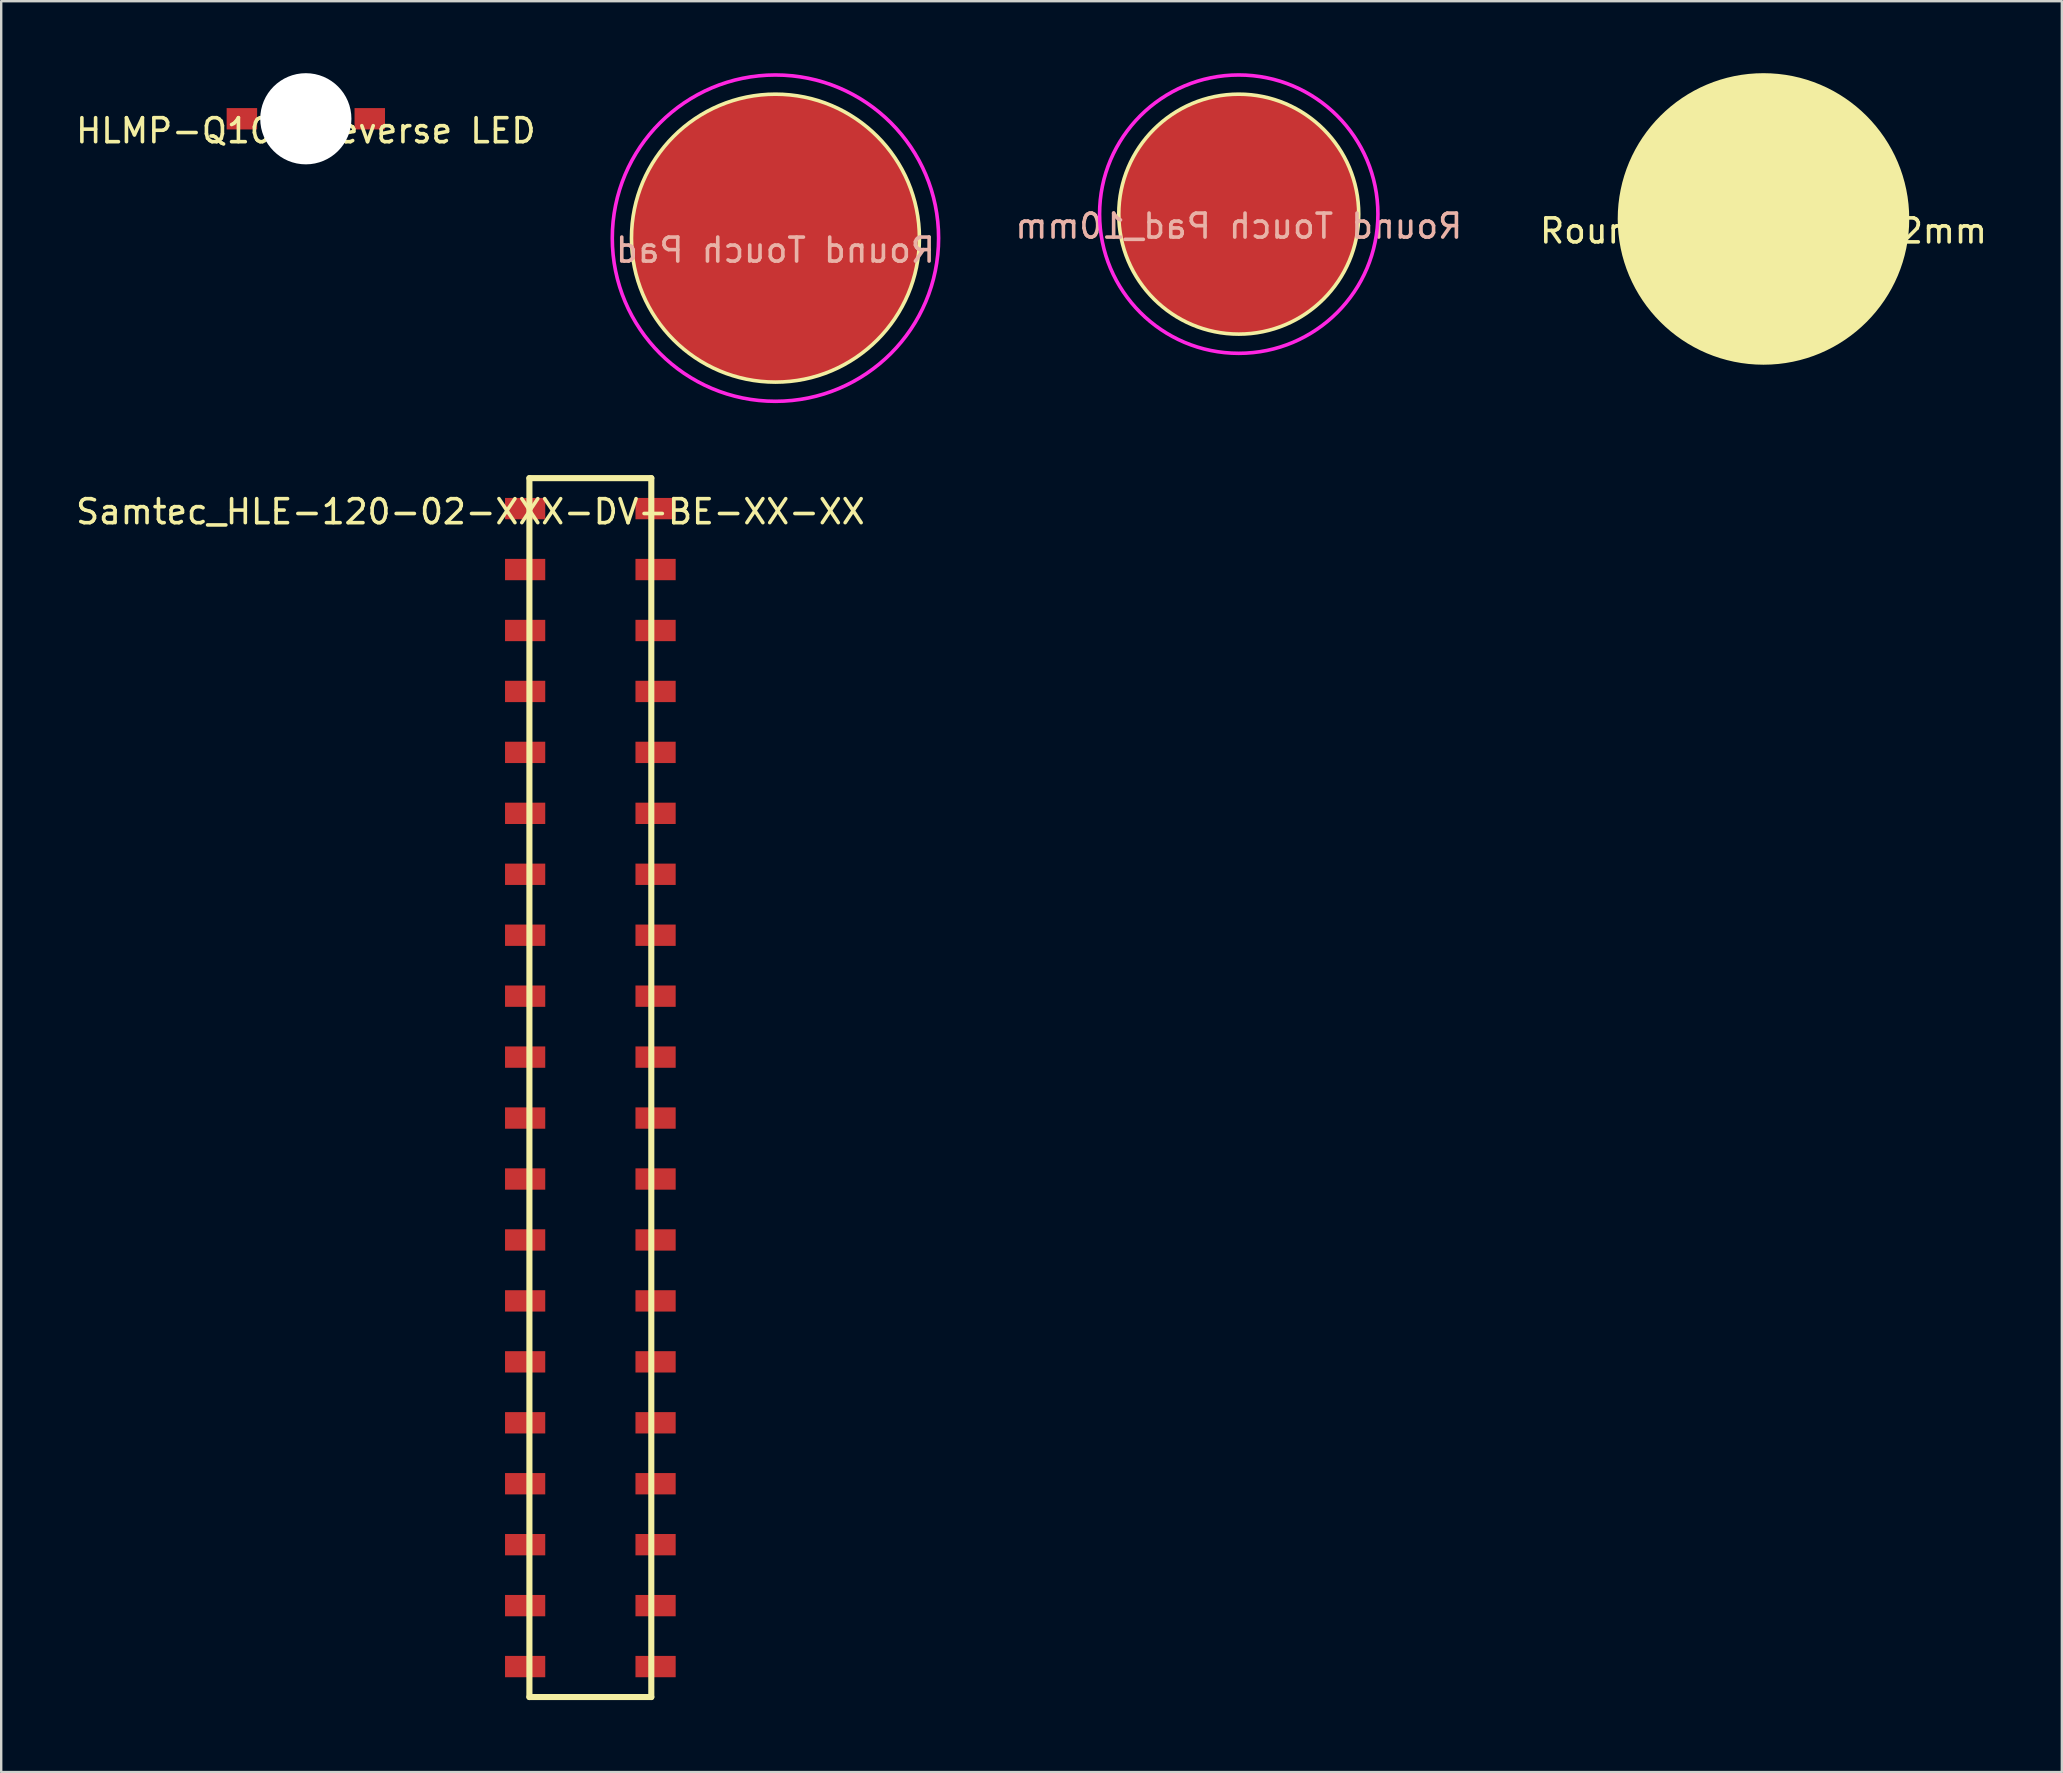
<source format=kicad_pcb>
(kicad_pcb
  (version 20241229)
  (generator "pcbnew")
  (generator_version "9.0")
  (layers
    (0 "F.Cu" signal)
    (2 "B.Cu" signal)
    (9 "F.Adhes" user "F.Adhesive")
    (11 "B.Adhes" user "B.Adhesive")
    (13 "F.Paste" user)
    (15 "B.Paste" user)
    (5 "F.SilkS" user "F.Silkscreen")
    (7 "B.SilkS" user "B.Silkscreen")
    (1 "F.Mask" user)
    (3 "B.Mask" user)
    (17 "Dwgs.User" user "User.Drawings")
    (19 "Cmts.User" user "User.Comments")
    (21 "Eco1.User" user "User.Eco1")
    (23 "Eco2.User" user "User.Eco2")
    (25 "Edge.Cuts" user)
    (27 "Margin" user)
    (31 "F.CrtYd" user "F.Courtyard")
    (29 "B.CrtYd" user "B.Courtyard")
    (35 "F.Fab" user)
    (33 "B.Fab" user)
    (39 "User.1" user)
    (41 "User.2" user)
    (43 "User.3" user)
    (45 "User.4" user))
  (footprint "Round Touch Pad_12mm"
    (layer "F.Cu")
    (at 70.446 6.075)
    (property "Reference" "Round Touch Pad_12mm" (at 0 0.5 0) (layer "F.SilkS") (effects (font (size 1 1) (thickness 0.15))))
    (attr through_hole)
    (fp_circle (center 0 0) (end 6 0) (stroke (width 0.15) (type solid)) (fill no) (layer "F.SilkS"))
    (pad "1" smd circle (at 0 0) (size 12 12) (layers "F.Cu" "F.SilkS" "F.Paste")))
  (footprint "HLMP-Q105 Reverse LED"
    (layer "F.Cu")
    (at 9.696 1.9)
    (property "Reference" "HLMP-Q105 Reverse LED" (at 0 0.5 0) (layer "F.SilkS") (effects (font (size 1 1) (thickness 0.15))))
    (attr through_hole)
    (pad "" np_thru_hole circle (at 0 0) (size 3.8 3.8) (drill 3.8) (layers "*.Cu" "*.Mask"))
    (pad "1" smd rect (at -2.665 0) (size 1.27 0.89) (layers "F.Cu" "F.Mask" "F.Paste"))
    (pad "2" smd rect (at 2.665 0) (size 1.27 0.89) (layers "F.Cu" "F.Mask" "F.Paste")))
  (footprint "Samtec_HLE-120-02-XXX-DV-BE-XX-XX"
    (layer "F.Cu")
    (at 21.554 42.277)
    (property "Reference" "Samtec_HLE-120-02-XXX-DV-BE-XX-XX" (at -5 -24 0) (layer "F.SilkS") (effects (font (size 1 1) (thickness 0.15))))
    (attr through_hole)
    (fp_line (start -2.54 -25.4) (end 2.54 -25.4) (stroke (width 0.254) (type solid)) (layer "F.SilkS"))
    (fp_line (start -2.54 25.4) (end -2.54 -25.4) (stroke (width 0.254) (type solid)) (layer "F.SilkS"))
    (fp_line (start 2.54 -25.4) (end 2.54 25.4) (stroke (width 0.254) (type solid)) (layer "F.SilkS"))
    (fp_line (start 2.54 25.4) (end -2.54 25.4) (stroke (width 0.254) (type solid)) (layer "F.SilkS"))
    (pad "1" smd rect (at -2.718 -24.13 90) (size 0.889 1.676) (layers "F.Cu" "F.Mask" "F.Paste"))
    (pad "2" smd rect (at 2.718 -24.13 90) (size 0.889 1.676) (layers "F.Cu" "F.Mask" "F.Paste"))
    (pad "3" smd rect (at -2.718 -21.59 90) (size 0.889 1.676) (layers "F.Cu" "F.Mask" "F.Paste"))
    (pad "4" smd rect (at 2.718 -21.59 90) (size 0.889 1.676) (layers "F.Cu" "F.Mask" "F.Paste"))
    (pad "5" smd rect (at -2.718 -19.05 90) (size 0.889 1.676) (layers "F.Cu" "F.Mask" "F.Paste"))
    (pad "6" smd rect (at 2.718 -19.05 90) (size 0.889 1.676) (layers "F.Cu" "F.Mask" "F.Paste"))
    (pad "7" smd rect (at -2.718 -16.51 90) (size 0.889 1.676) (layers "F.Cu" "F.Mask" "F.Paste"))
    (pad "8" smd rect (at 2.718 -16.51 90) (size 0.889 1.676) (layers "F.Cu" "F.Mask" "F.Paste"))
    (pad "9" smd rect (at -2.718 -13.97 90) (size 0.889 1.676) (layers "F.Cu" "F.Mask" "F.Paste"))
    (pad "10" smd rect (at 2.718 -13.97 90) (size 0.889 1.676) (layers "F.Cu" "F.Mask" "F.Paste"))
    (pad "11" smd rect (at -2.718 -11.43 90) (size 0.889 1.676) (layers "F.Cu" "F.Mask" "F.Paste"))
    (pad "12" smd rect (at 2.718 -11.43 90) (size 0.889 1.676) (layers "F.Cu" "F.Mask" "F.Paste"))
    (pad "13" smd rect (at -2.718 -8.89 90) (size 0.889 1.676) (layers "F.Cu" "F.Mask" "F.Paste"))
    (pad "14" smd rect (at 2.718 -8.89 90) (size 0.889 1.676) (layers "F.Cu" "F.Mask" "F.Paste"))
    (pad "15" smd rect (at -2.718 -6.35 90) (size 0.889 1.676) (layers "F.Cu" "F.Mask" "F.Paste"))
    (pad "16" smd rect (at 2.718 -6.35 90) (size 0.889 1.676) (layers "F.Cu" "F.Mask" "F.Paste"))
    (pad "17" smd rect (at -2.718 -3.81 90) (size 0.889 1.676) (layers "F.Cu" "F.Mask" "F.Paste"))
    (pad "18" smd rect (at 2.718 -3.81 90) (size 0.889 1.676) (layers "F.Cu" "F.Mask" "F.Paste"))
    (pad "19" smd rect (at -2.718 -1.27 90) (size 0.889 1.676) (layers "F.Cu" "F.Mask" "F.Paste"))
    (pad "20" smd rect (at 2.718 -1.27 90) (size 0.889 1.676) (layers "F.Cu" "F.Mask" "F.Paste"))
    (pad "21" smd rect (at -2.718 1.27 90) (size 0.889 1.676) (layers "F.Cu" "F.Mask" "F.Paste"))
    (pad "22" smd rect (at 2.718 1.27 90) (size 0.889 1.676) (layers "F.Cu" "F.Mask" "F.Paste"))
    (pad "23" smd rect (at -2.718 3.81 90) (size 0.889 1.676) (layers "F.Cu" "F.Mask" "F.Paste"))
    (pad "24" smd rect (at 2.718 3.81 90) (size 0.889 1.676) (layers "F.Cu" "F.Mask" "F.Paste"))
    (pad "25" smd rect (at -2.718 6.35 90) (size 0.889 1.676) (layers "F.Cu" "F.Mask" "F.Paste"))
    (pad "26" smd rect (at 2.718 6.35 90) (size 0.889 1.676) (layers "F.Cu" "F.Mask" "F.Paste"))
    (pad "27" smd rect (at -2.718 8.89 90) (size 0.889 1.676) (layers "F.Cu" "F.Mask" "F.Paste"))
    (pad "28" smd rect (at 2.718 8.89 90) (size 0.889 1.676) (layers "F.Cu" "F.Mask" "F.Paste"))
    (pad "29" smd rect (at -2.718 11.43 90) (size 0.889 1.676) (layers "F.Cu" "F.Mask" "F.Paste"))
    (pad "30" smd rect (at 2.718 11.43 90) (size 0.889 1.676) (layers "F.Cu" "F.Mask" "F.Paste"))
    (pad "31" smd rect (at -2.718 13.97 90) (size 0.889 1.676) (layers "F.Cu" "F.Mask" "F.Paste"))
    (pad "32" smd rect (at 2.718 13.97 90) (size 0.889 1.676) (layers "F.Cu" "F.Mask" "F.Paste"))
    (pad "33" smd rect (at -2.718 16.51 90) (size 0.889 1.676) (layers "F.Cu" "F.Mask" "F.Paste"))
    (pad "34" smd rect (at 2.718 16.51 90) (size 0.889 1.676) (layers "F.Cu" "F.Mask" "F.Paste"))
    (pad "35" smd rect (at -2.718 19.05 90) (size 0.889 1.676) (layers "F.Cu" "F.Mask" "F.Paste"))
    (pad "36" smd rect (at 2.718 19.05 90) (size 0.889 1.676) (layers "F.Cu" "F.Mask" "F.Paste"))
    (pad "37" smd rect (at -2.718 21.59 90) (size 0.889 1.676) (layers "F.Cu" "F.Mask" "F.Paste"))
    (pad "38" smd rect (at 2.718 21.59 90) (size 0.889 1.676) (layers "F.Cu" "F.Mask" "F.Paste"))
    (pad "39" smd rect (at -2.718 24.13 90) (size 0.889 1.676) (layers "F.Cu" "F.Mask" "F.Paste"))
    (pad "40" smd rect (at 2.718 24.13 90) (size 0.889 1.676) (layers "F.Cu" "F.Mask" "F.Paste")))
  (footprint "Round Touch Pad_10mm"
    (layer "F.Cu")
    (at 48.577 5.875)
    (property "Reference" "Round Touch Pad_10mm" (at 0 0.5 0) (layer "B.SilkS") (effects (font (size 1 1) (thickness 0.15)) (justify mirror)))
    (attr through_hole)
    (fp_circle (center 0 0) (end 5 0) (stroke (width 0.15) (type solid)) (fill no) (layer "F.SilkS"))
    (fp_circle (center 0 0) (end 5.8 0) (stroke (width 0.15) (type solid)) (fill no) (layer "F.CrtYd"))
    (pad "1" smd circle (at 0 0) (size 10 10) (layers "F.Cu")))
  (footprint "Round Touch Pad"
    (layer "F.Cu")
    (at 29.268 6.875)
    (property "Reference" "Round Touch Pad" (at 0 0.5 0) (layer "B.SilkS") (effects (font (size 1 1) (thickness 0.15)) (justify mirror)))
    (attr through_hole)
    (fp_circle (center 0 0) (end 6 0) (stroke (width 0.15) (type solid)) (fill no) (layer "F.SilkS"))
    (fp_circle (center 0 0) (end 6.8 0) (stroke (width 0.15) (type solid)) (fill no) (layer "F.CrtYd"))
    (pad "1" smd circle (at 0 0) (size 12 12) (layers "F.Cu")))
  (gr_rect
    (start -3 -3)
    (end 82.881 70.804)
    (stroke (width 0.1) (type default))
    (fill no)
    (layer "Edge.Cuts")))
</source>
